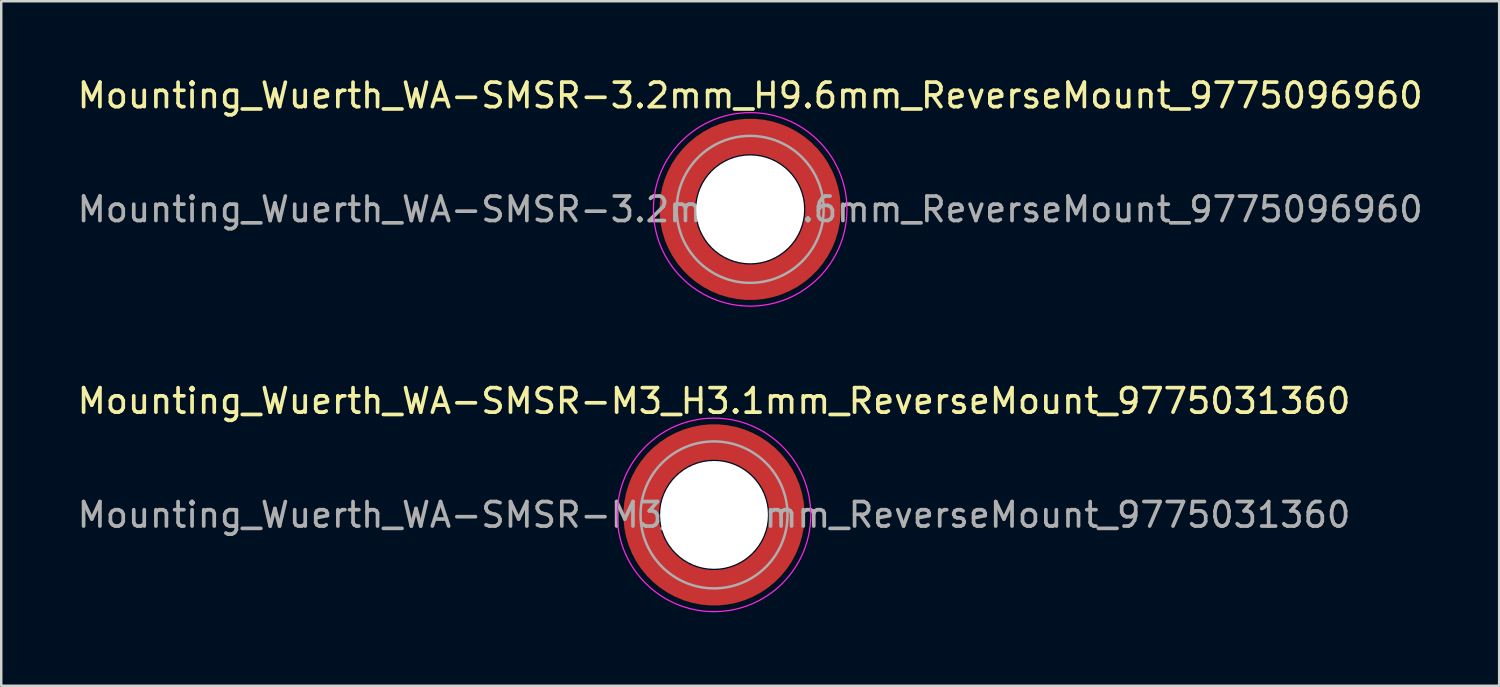
<source format=kicad_pcb>
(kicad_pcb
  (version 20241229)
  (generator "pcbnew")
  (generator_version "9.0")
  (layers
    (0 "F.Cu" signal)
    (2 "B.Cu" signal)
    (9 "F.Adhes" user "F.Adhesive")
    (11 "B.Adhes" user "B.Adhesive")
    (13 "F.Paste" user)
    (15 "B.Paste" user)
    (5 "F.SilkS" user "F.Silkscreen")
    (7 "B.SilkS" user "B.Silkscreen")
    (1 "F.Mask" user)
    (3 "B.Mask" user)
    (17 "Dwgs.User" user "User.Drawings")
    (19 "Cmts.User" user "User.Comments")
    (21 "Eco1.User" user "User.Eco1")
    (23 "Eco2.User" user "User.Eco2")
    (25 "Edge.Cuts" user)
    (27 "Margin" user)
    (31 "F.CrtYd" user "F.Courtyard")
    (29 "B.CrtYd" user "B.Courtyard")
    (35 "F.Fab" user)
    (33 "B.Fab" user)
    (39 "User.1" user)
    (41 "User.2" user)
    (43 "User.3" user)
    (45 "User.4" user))
  (footprint "Mounting_Wuerth_WA-SMSR-3.2mm_H9.6mm_ReverseMount_9775096960"
    (layer "F.Cu")
    (at 27.577 5.498)
    (property "Reference" "Mounting_Wuerth_WA-SMSR-3.2mm_H9.6mm_ReverseMount_9775096960" (at 0 -4.65 0) (layer "F.SilkS") (effects (font (size 1 1) (thickness 0.15))))
    (attr smd)
    (fp_circle (center 0 0) (end 3.95 0) (stroke (width 0.05) (type solid)) (fill no) (layer "F.CrtYd"))
    (fp_circle (center 0 0) (end 3 0) (stroke (width 0.1) (type solid)) (fill no) (layer "F.Fab"))
    (fp_text user "${REFERENCE}" (at 0 0 0) (layer "F.Fab") (effects (font (size 1 1) (thickness 0.15))))
    (pad "" smd custom (at -2.095 -2.095) (size 0.945 0.945) (layers "F.Paste") (options (anchor circle)) (primitives (gr_arc (start -0.24231 1.594804) (mid 0.404819 0.404819) (end 1.594804 -0.24231) (width 0.2)) (gr_arc (start -0.3398 1.594804) (mid 0.337349 0.337349) (end 1.594804 -0.3398) (width 0.2)) (gr_arc (start -0.437132 1.594804) (mid 0.269879 0.269879) (end 1.594804 -0.437132) (width 0.2)) (gr_arc (start -0.534324 1.594804) (mid 0.202409 0.202409) (end 1.594804 -0.534324) (width 0.2)) (gr_arc (start -0.631391 1.594804) (mid 0.134939 0.134939) (end 1.594804 -0.631391) (width 0.2)) (gr_arc (start -0.728345 1.594804) (mid 0.06747 0.06747) (end 1.594804 -0.728345) (width 0.2)) (gr_arc (start -0.825197 1.594804) (mid 0 0) (end 1.594804 -0.825197) (width 0.2)) (gr_arc (start -0.921958 1.594804) (mid -0.067469 -0.067469) (end 1.594804 -0.921958) (width 0.2)) (gr_arc (start -1.018637 1.594804) (mid -0.13494 -0.13494) (end 1.594804 -1.018637) (width 0.2)) (gr_arc (start -1.115239 1.594804) (mid -0.202409 -0.202409) (end 1.594804 -1.115239) (width 0.2)) (gr_arc (start -1.211773 1.594804) (mid -0.269879 -0.269879) (end 1.594804 -1.211773) (width 0.2)) (gr_arc (start -1.308244 1.594804) (mid -0.337349 -0.337349) (end 1.594804 -1.308244) (width 0.2)) (gr_arc (start -1.404657 1.594804) (mid -0.404819 -0.404819) (end 1.594804 -1.404657) (width 0.2)) (gr_arc (start -1.404657 1.594804) (mid -0.404819 -0.404819) (end 1.594804 -1.404657) (width 0.2)) (gr_line (start 1.595 -0.242) (end 1.595 -1.405) (width 0.2)) (gr_line (start -0.242 1.595) (end -1.405 1.595) (width 0.2))))
    (pad "" smd custom (at -2.095 2.095) (size 0.945 0.945) (layers "F.Paste") (options (anchor circle)) (primitives (gr_arc (start 1.594804 0.24231) (mid 0.404819 -0.404819) (end -0.24231 -1.594804) (width 0.2)) (gr_arc (start 1.594804 0.3398) (mid 0.337349 -0.337349) (end -0.3398 -1.594804) (width 0.2)) (gr_arc (start 1.594804 0.437132) (mid 0.269879 -0.269879) (end -0.437132 -1.594804) (width 0.2)) (gr_arc (start 1.594804 0.534324) (mid 0.202409 -0.202409) (end -0.534324 -1.594804) (width 0.2)) (gr_arc (start 1.594804 0.631391) (mid 0.134939 -0.134939) (end -0.631391 -1.594804) (width 0.2)) (gr_arc (start 1.594804 0.728345) (mid 0.06747 -0.06747) (end -0.728345 -1.594804) (width 0.2)) (gr_arc (start 1.594804 0.825197) (mid 0 0) (end -0.825197 -1.594804) (width 0.2)) (gr_arc (start 1.594804 0.921958) (mid -0.067469 0.067469) (end -0.921958 -1.594804) (width 0.2)) (gr_arc (start 1.594804 1.018637) (mid -0.13494 0.13494) (end -1.018637 -1.594804) (width 0.2)) (gr_arc (start 1.594804 1.115239) (mid -0.202409 0.202409) (end -1.115239 -1.594804) (width 0.2)) (gr_arc (start 1.594804 1.211773) (mid -0.269879 0.269879) (end -1.211773 -1.594804) (width 0.2)) (gr_arc (start 1.594804 1.308244) (mid -0.337349 0.337349) (end -1.308244 -1.594804) (width 0.2)) (gr_arc (start 1.594804 1.404657) (mid -0.404819 0.404819) (end -1.404657 -1.594804) (width 0.2)) (gr_arc (start 1.594804 1.404657) (mid -0.404819 0.404819) (end -1.404657 -1.594804) (width 0.2)) (gr_line (start -0.242 -1.595) (end -1.405 -1.595) (width 0.2)) (gr_line (start 1.595 0.242) (end 1.595 1.405) (width 0.2))))
    (pad "" np_thru_hole circle (at 0 0) (size 4.4 4.4) (drill 4.4) (layers "*.Cu" "*.Mask"))
    (pad "" smd custom (at 2.095 -2.095) (size 0.945 0.945) (layers "F.Paste") (options (anchor circle)) (primitives (gr_arc (start -1.594804 -0.24231) (mid -0.404819 0.404819) (end 0.24231 1.594804) (width 0.2)) (gr_arc (start -1.594804 -0.3398) (mid -0.337349 0.337349) (end 0.3398 1.594804) (width 0.2)) (gr_arc (start -1.594804 -0.437132) (mid -0.269879 0.269879) (end 0.437132 1.594804) (width 0.2)) (gr_arc (start -1.594804 -0.534324) (mid -0.202409 0.202409) (end 0.534324 1.594804) (width 0.2)) (gr_arc (start -1.594804 -0.631391) (mid -0.134939 0.134939) (end 0.631391 1.594804) (width 0.2)) (gr_arc (start -1.594804 -0.728345) (mid -0.06747 0.06747) (end 0.728345 1.594804) (width 0.2)) (gr_arc (start -1.594804 -0.825197) (mid 0 0) (end 0.825197 1.594804) (width 0.2)) (gr_arc (start -1.594804 -0.921958) (mid 0.067469 -0.067469) (end 0.921958 1.594804) (width 0.2)) (gr_arc (start -1.594804 -1.018637) (mid 0.13494 -0.13494) (end 1.018637 1.594804) (width 0.2)) (gr_arc (start -1.594804 -1.115239) (mid 0.202409 -0.202409) (end 1.115239 1.594804) (width 0.2)) (gr_arc (start -1.594804 -1.211773) (mid 0.269879 -0.269879) (end 1.211773 1.594804) (width 0.2)) (gr_arc (start -1.594804 -1.308244) (mid 0.337349 -0.337349) (end 1.308244 1.594804) (width 0.2)) (gr_arc (start -1.594804 -1.404657) (mid 0.404819 -0.404819) (end 1.404657 1.594804) (width 0.2)) (gr_arc (start -1.594804 -1.404657) (mid 0.404819 -0.404819) (end 1.404657 1.594804) (width 0.2)) (gr_line (start 0.242 1.595) (end 1.405 1.595) (width 0.2)) (gr_line (start -1.595 -0.242) (end -1.595 -1.405) (width 0.2))))
    (pad "" smd custom (at 2.095 2.095) (size 0.945 0.945) (layers "F.Paste") (options (anchor circle)) (primitives (gr_arc (start 0.24231 -1.594804) (mid -0.404819 -0.404819) (end -1.594804 0.24231) (width 0.2)) (gr_arc (start 0.3398 -1.594804) (mid -0.337349 -0.337349) (end -1.594804 0.3398) (width 0.2)) (gr_arc (start 0.437132 -1.594804) (mid -0.269879 -0.269879) (end -1.594804 0.437132) (width 0.2)) (gr_arc (start 0.534324 -1.594804) (mid -0.202409 -0.202409) (end -1.594804 0.534324) (width 0.2)) (gr_arc (start 0.631391 -1.594804) (mid -0.134939 -0.134939) (end -1.594804 0.631391) (width 0.2)) (gr_arc (start 0.728345 -1.594804) (mid -0.06747 -0.06747) (end -1.594804 0.728345) (width 0.2)) (gr_arc (start 0.825197 -1.594804) (mid 0 0) (end -1.594804 0.825197) (width 0.2)) (gr_arc (start 0.921958 -1.594804) (mid 0.067469 0.067469) (end -1.594804 0.921958) (width 0.2)) (gr_arc (start 1.018637 -1.594804) (mid 0.13494 0.13494) (end -1.594804 1.018637) (width 0.2)) (gr_arc (start 1.115239 -1.594804) (mid 0.202409 0.202409) (end -1.594804 1.115239) (width 0.2)) (gr_arc (start 1.211773 -1.594804) (mid 0.269879 0.269879) (end -1.594804 1.211773) (width 0.2)) (gr_arc (start 1.308244 -1.594804) (mid 0.337349 0.337349) (end -1.594804 1.308244) (width 0.2)) (gr_arc (start 1.404657 -1.594804) (mid 0.404819 0.404819) (end -1.594804 1.404657) (width 0.2)) (gr_arc (start 1.404657 -1.594804) (mid 0.404819 0.404819) (end -1.594804 1.404657) (width 0.2)) (gr_line (start -1.595 0.242) (end -1.595 1.405) (width 0.2)) (gr_line (start 0.242 -1.595) (end 1.405 -1.595) (width 0.2))))
    (pad "1" smd circle (at -2.975 0) (size 1.05 1.05) (layers "F.Cu"))
    (pad "1" smd circle (at 0 -2.975) (size 1.05 1.05) (layers "F.Cu"))
    (pad "1" smd circle (at 0 2.975) (size 1.05 1.05) (layers "F.Cu"))
    (pad "1" smd custom (at 2.975 0) (size 1.05 1.05) (layers "F.Cu" "F.Mask") (options (anchor circle)) (primitives (gr_circle (center -2.975 0) (end 0 0) (width 1.45) (fill no)))))
  (footprint "Mounting_Wuerth_WA-SMSR-M3_H3.1mm_ReverseMount_9775031360"
    (layer "F.Cu")
    (at 26.101 17.971)
    (property "Reference" "Mounting_Wuerth_WA-SMSR-M3_H3.1mm_ReverseMount_9775031360" (at 0 -4.65 0) (layer "F.SilkS") (effects (font (size 1 1) (thickness 0.15))))
    (attr smd)
    (fp_circle (center 0 0) (end 3.95 0) (stroke (width 0.05) (type solid)) (fill no) (layer "F.CrtYd"))
    (fp_circle (center 0 0) (end 3 0) (stroke (width 0.1) (type solid)) (fill no) (layer "F.Fab"))
    (fp_text user "${REFERENCE}" (at 0 0 0) (layer "F.Fab") (effects (font (size 1 1) (thickness 0.15))))
    (pad "" smd custom (at -2.095 -2.095) (size 0.945 0.945) (layers "F.Paste") (options (anchor circle)) (primitives (gr_arc (start -0.24231 1.594804) (mid 0.404819 0.404819) (end 1.594804 -0.24231) (width 0.2)) (gr_arc (start -0.3398 1.594804) (mid 0.337349 0.337349) (end 1.594804 -0.3398) (width 0.2)) (gr_arc (start -0.437132 1.594804) (mid 0.269879 0.269879) (end 1.594804 -0.437132) (width 0.2)) (gr_arc (start -0.534324 1.594804) (mid 0.202409 0.202409) (end 1.594804 -0.534324) (width 0.2)) (gr_arc (start -0.631391 1.594804) (mid 0.134939 0.134939) (end 1.594804 -0.631391) (width 0.2)) (gr_arc (start -0.728345 1.594804) (mid 0.06747 0.06747) (end 1.594804 -0.728345) (width 0.2)) (gr_arc (start -0.825197 1.594804) (mid 0 0) (end 1.594804 -0.825197) (width 0.2)) (gr_arc (start -0.921958 1.594804) (mid -0.067469 -0.067469) (end 1.594804 -0.921958) (width 0.2)) (gr_arc (start -1.018637 1.594804) (mid -0.13494 -0.13494) (end 1.594804 -1.018637) (width 0.2)) (gr_arc (start -1.115239 1.594804) (mid -0.202409 -0.202409) (end 1.594804 -1.115239) (width 0.2)) (gr_arc (start -1.211773 1.594804) (mid -0.269879 -0.269879) (end 1.594804 -1.211773) (width 0.2)) (gr_arc (start -1.308244 1.594804) (mid -0.337349 -0.337349) (end 1.594804 -1.308244) (width 0.2)) (gr_arc (start -1.404657 1.594804) (mid -0.404819 -0.404819) (end 1.594804 -1.404657) (width 0.2)) (gr_arc (start -1.404657 1.594804) (mid -0.404819 -0.404819) (end 1.594804 -1.404657) (width 0.2)) (gr_line (start 1.595 -0.242) (end 1.595 -1.405) (width 0.2)) (gr_line (start -0.242 1.595) (end -1.405 1.595) (width 0.2))))
    (pad "" smd custom (at -2.095 2.095) (size 0.945 0.945) (layers "F.Paste") (options (anchor circle)) (primitives (gr_arc (start 1.594804 0.24231) (mid 0.404819 -0.404819) (end -0.24231 -1.594804) (width 0.2)) (gr_arc (start 1.594804 0.3398) (mid 0.337349 -0.337349) (end -0.3398 -1.594804) (width 0.2)) (gr_arc (start 1.594804 0.437132) (mid 0.269879 -0.269879) (end -0.437132 -1.594804) (width 0.2)) (gr_arc (start 1.594804 0.534324) (mid 0.202409 -0.202409) (end -0.534324 -1.594804) (width 0.2)) (gr_arc (start 1.594804 0.631391) (mid 0.134939 -0.134939) (end -0.631391 -1.594804) (width 0.2)) (gr_arc (start 1.594804 0.728345) (mid 0.06747 -0.06747) (end -0.728345 -1.594804) (width 0.2)) (gr_arc (start 1.594804 0.825197) (mid 0 0) (end -0.825197 -1.594804) (width 0.2)) (gr_arc (start 1.594804 0.921958) (mid -0.067469 0.067469) (end -0.921958 -1.594804) (width 0.2)) (gr_arc (start 1.594804 1.018637) (mid -0.13494 0.13494) (end -1.018637 -1.594804) (width 0.2)) (gr_arc (start 1.594804 1.115239) (mid -0.202409 0.202409) (end -1.115239 -1.594804) (width 0.2)) (gr_arc (start 1.594804 1.211773) (mid -0.269879 0.269879) (end -1.211773 -1.594804) (width 0.2)) (gr_arc (start 1.594804 1.308244) (mid -0.337349 0.337349) (end -1.308244 -1.594804) (width 0.2)) (gr_arc (start 1.594804 1.404657) (mid -0.404819 0.404819) (end -1.404657 -1.594804) (width 0.2)) (gr_arc (start 1.594804 1.404657) (mid -0.404819 0.404819) (end -1.404657 -1.594804) (width 0.2)) (gr_line (start -0.242 -1.595) (end -1.405 -1.595) (width 0.2)) (gr_line (start 1.595 0.242) (end 1.595 1.405) (width 0.2))))
    (pad "" np_thru_hole circle (at 0 0) (size 4.4 4.4) (drill 4.4) (layers "*.Cu" "*.Mask"))
    (pad "" smd custom (at 2.095 -2.095) (size 0.945 0.945) (layers "F.Paste") (options (anchor circle)) (primitives (gr_arc (start -1.594804 -0.24231) (mid -0.404819 0.404819) (end 0.24231 1.594804) (width 0.2)) (gr_arc (start -1.594804 -0.3398) (mid -0.337349 0.337349) (end 0.3398 1.594804) (width 0.2)) (gr_arc (start -1.594804 -0.437132) (mid -0.269879 0.269879) (end 0.437132 1.594804) (width 0.2)) (gr_arc (start -1.594804 -0.534324) (mid -0.202409 0.202409) (end 0.534324 1.594804) (width 0.2)) (gr_arc (start -1.594804 -0.631391) (mid -0.134939 0.134939) (end 0.631391 1.594804) (width 0.2)) (gr_arc (start -1.594804 -0.728345) (mid -0.06747 0.06747) (end 0.728345 1.594804) (width 0.2)) (gr_arc (start -1.594804 -0.825197) (mid 0 0) (end 0.825197 1.594804) (width 0.2)) (gr_arc (start -1.594804 -0.921958) (mid 0.067469 -0.067469) (end 0.921958 1.594804) (width 0.2)) (gr_arc (start -1.594804 -1.018637) (mid 0.13494 -0.13494) (end 1.018637 1.594804) (width 0.2)) (gr_arc (start -1.594804 -1.115239) (mid 0.202409 -0.202409) (end 1.115239 1.594804) (width 0.2)) (gr_arc (start -1.594804 -1.211773) (mid 0.269879 -0.269879) (end 1.211773 1.594804) (width 0.2)) (gr_arc (start -1.594804 -1.308244) (mid 0.337349 -0.337349) (end 1.308244 1.594804) (width 0.2)) (gr_arc (start -1.594804 -1.404657) (mid 0.404819 -0.404819) (end 1.404657 1.594804) (width 0.2)) (gr_arc (start -1.594804 -1.404657) (mid 0.404819 -0.404819) (end 1.404657 1.594804) (width 0.2)) (gr_line (start 0.242 1.595) (end 1.405 1.595) (width 0.2)) (gr_line (start -1.595 -0.242) (end -1.595 -1.405) (width 0.2))))
    (pad "" smd custom (at 2.095 2.095) (size 0.945 0.945) (layers "F.Paste") (options (anchor circle)) (primitives (gr_arc (start 0.24231 -1.594804) (mid -0.404819 -0.404819) (end -1.594804 0.24231) (width 0.2)) (gr_arc (start 0.3398 -1.594804) (mid -0.337349 -0.337349) (end -1.594804 0.3398) (width 0.2)) (gr_arc (start 0.437132 -1.594804) (mid -0.269879 -0.269879) (end -1.594804 0.437132) (width 0.2)) (gr_arc (start 0.534324 -1.594804) (mid -0.202409 -0.202409) (end -1.594804 0.534324) (width 0.2)) (gr_arc (start 0.631391 -1.594804) (mid -0.134939 -0.134939) (end -1.594804 0.631391) (width 0.2)) (gr_arc (start 0.728345 -1.594804) (mid -0.06747 -0.06747) (end -1.594804 0.728345) (width 0.2)) (gr_arc (start 0.825197 -1.594804) (mid 0 0) (end -1.594804 0.825197) (width 0.2)) (gr_arc (start 0.921958 -1.594804) (mid 0.067469 0.067469) (end -1.594804 0.921958) (width 0.2)) (gr_arc (start 1.018637 -1.594804) (mid 0.13494 0.13494) (end -1.594804 1.018637) (width 0.2)) (gr_arc (start 1.115239 -1.594804) (mid 0.202409 0.202409) (end -1.594804 1.115239) (width 0.2)) (gr_arc (start 1.211773 -1.594804) (mid 0.269879 0.269879) (end -1.594804 1.211773) (width 0.2)) (gr_arc (start 1.308244 -1.594804) (mid 0.337349 0.337349) (end -1.594804 1.308244) (width 0.2)) (gr_arc (start 1.404657 -1.594804) (mid 0.404819 0.404819) (end -1.594804 1.404657) (width 0.2)) (gr_arc (start 1.404657 -1.594804) (mid 0.404819 0.404819) (end -1.594804 1.404657) (width 0.2)) (gr_line (start -1.595 0.242) (end -1.595 1.405) (width 0.2)) (gr_line (start 0.242 -1.595) (end 1.405 -1.595) (width 0.2))))
    (pad "1" smd circle (at -2.975 0) (size 1.05 1.05) (layers "F.Cu"))
    (pad "1" smd circle (at 0 -2.975) (size 1.05 1.05) (layers "F.Cu"))
    (pad "1" smd circle (at 0 2.975) (size 1.05 1.05) (layers "F.Cu"))
    (pad "1" smd custom (at 2.975 0) (size 1.05 1.05) (layers "F.Cu" "F.Mask") (options (anchor circle)) (primitives (gr_circle (center -2.975 0) (end 0 0) (width 1.45) (fill no)))))
  (gr_rect
    (start -3 -3)
    (end 58.155 24.947)
    (stroke (width 0.1) (type default))
    (fill no)
    (layer "Edge.Cuts")))
</source>
